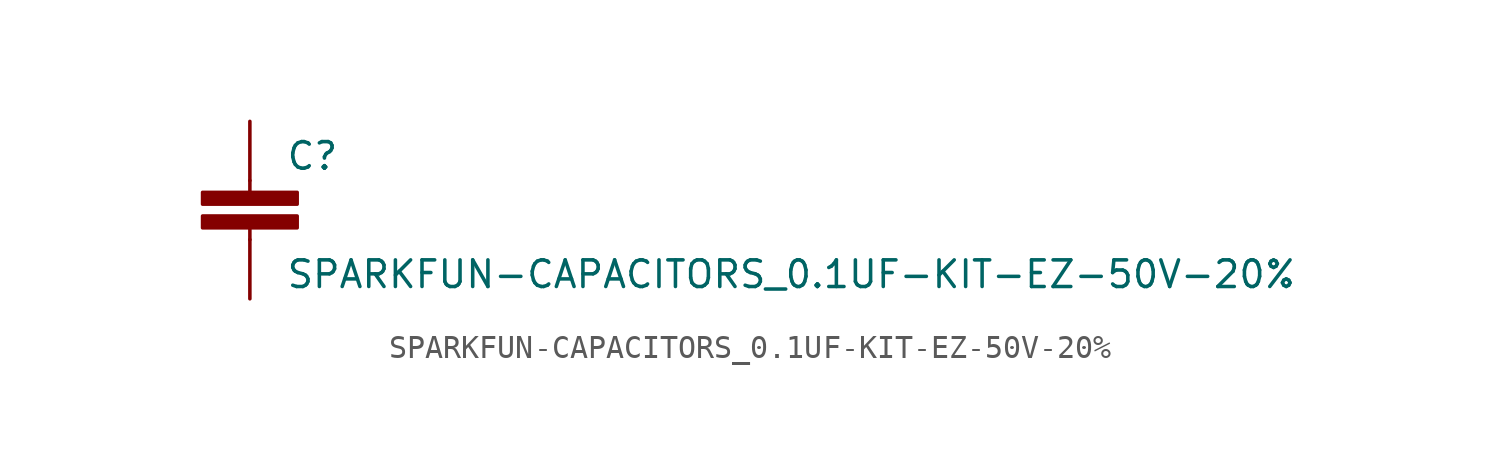
<source format=kicad_sym>
(kicad_symbol_lib
  (version 20220914)
  (generator kicad_symbol_editor)
  (symbol "SPARKFUN-CAPACITORS_0.1UF-KIT-EZ-50V-20%"
    (pin_numbers hide)
    (pin_names
      (offset 1.016) hide)
    (property "Reference" "C"
      (at 1.524 2.921 0)
      (effects (font (size 1.143 1.143)) (justify left bottom)))
    (property "Value" "SPARKFUN-CAPACITORS_0.1UF-KIT-EZ-50V-20%"
      (at 1.524 -2.159 0)
      (effects (font (size 1.143 1.143)) (justify left bottom)))
    (property "ki_locked" ""
      (at 0 0 0)
      (effects (font (size 1.27 1.27))))
    (symbol "SPARKFUN-CAPACITORS_0.1UF-KIT-EZ-50V-20%_1_0"
      (polyline (pts (xy 0 0) (xy 0 0.508)) (stroke (width 0) (type solid)) (fill (type none)))
      (polyline (pts (xy 0 2.54) (xy 0 2.032)) (stroke (width 0) (type solid)) (fill (type none))))
    (symbol "SPARKFUN-CAPACITORS_0.1UF-KIT-EZ-50V-20%_1_1"
      (rectangle (start -2.032 0.508) (end 2.032 1.016) (stroke (width 0) (type solid)) (fill (type outline)))
      (rectangle (start -2.032 1.524) (end 2.032 2.032) (stroke (width 0) (type solid)) (fill (type outline)))
      (pin passive line (at 0 5.08 270) (length 2.54) (name "1" (effects (font (size 1.016 1.016)))) (number "1" (effects (font (size 1.016 1.016)))))
      (pin passive line (at 0 -2.54 90) (length 2.54) (name "2" (effects (font (size 1.016 1.016)))) (number "2" (effects (font (size 1.016 1.016))))))))
</source>
